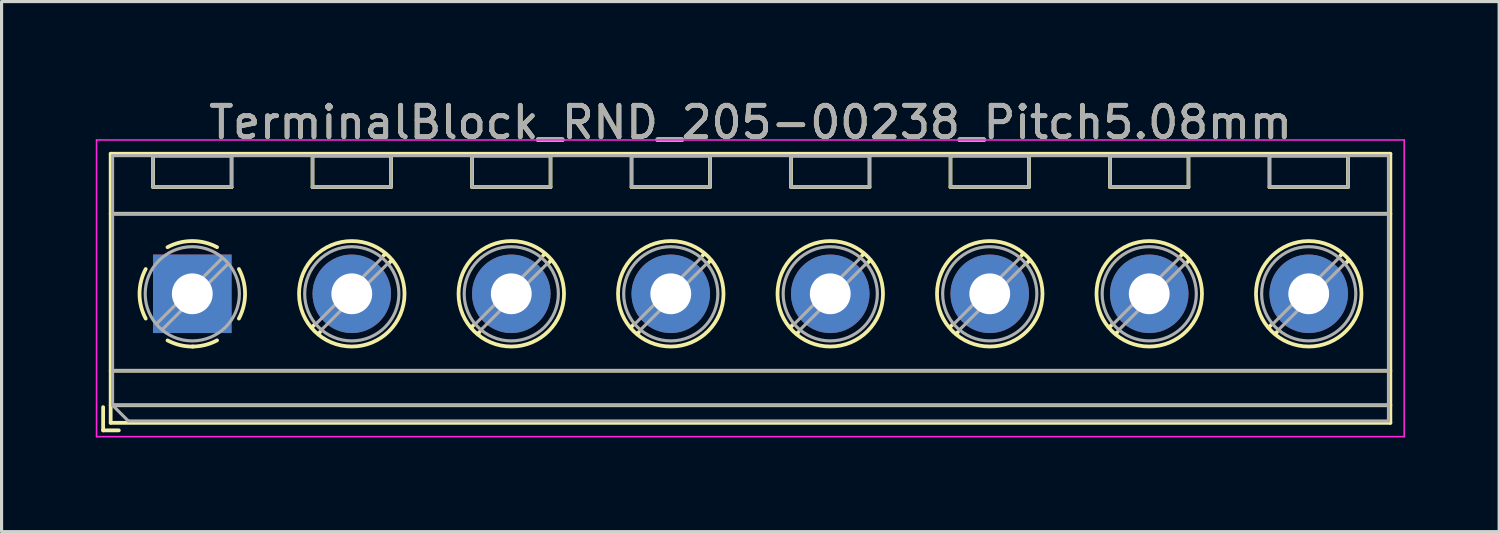
<source format=kicad_pcb>
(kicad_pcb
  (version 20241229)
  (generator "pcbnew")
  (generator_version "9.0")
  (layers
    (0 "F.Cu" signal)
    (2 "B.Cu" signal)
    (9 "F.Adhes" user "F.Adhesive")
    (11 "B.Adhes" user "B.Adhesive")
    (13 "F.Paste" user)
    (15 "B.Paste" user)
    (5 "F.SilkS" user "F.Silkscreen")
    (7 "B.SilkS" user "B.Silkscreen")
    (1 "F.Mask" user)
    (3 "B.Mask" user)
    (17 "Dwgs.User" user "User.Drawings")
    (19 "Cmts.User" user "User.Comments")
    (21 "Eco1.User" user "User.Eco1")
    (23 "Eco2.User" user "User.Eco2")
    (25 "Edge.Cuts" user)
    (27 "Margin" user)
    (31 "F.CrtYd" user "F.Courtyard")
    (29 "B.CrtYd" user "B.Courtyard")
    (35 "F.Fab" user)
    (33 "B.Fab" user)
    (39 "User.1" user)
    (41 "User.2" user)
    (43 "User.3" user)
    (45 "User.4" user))
  (footprint "TerminalBlock_RND_205-00238_Pitch5.08mm"
    (layer "F.Cu")
    (at 3.075 6.308)
    (property "Reference" "TerminalBlock_RND_205-00238_Pitch5.08mm" (at 17.78 -5.46 0) (layer "F.SilkS") (effects (font (size 1 1) (thickness 0.15))))
    (attr through_hole)
    (fp_line (start -2.84 3.61) (end -2.84 4.35) (stroke (width 0.12) (type solid)) (layer "F.SilkS"))
    (fp_line (start -2.84 4.35) (end -2.34 4.35) (stroke (width 0.12) (type solid)) (layer "F.SilkS"))
    (fp_line (start -2.6 -4.46) (end -2.6 4.11) (stroke (width 0.12) (type solid)) (layer "F.SilkS"))
    (fp_line (start -2.6 -2.55) (end 38.16 -2.55) (stroke (width 0.12) (type solid)) (layer "F.SilkS"))
    (fp_line (start -2.6 2.45) (end 38.16 2.45) (stroke (width 0.12) (type solid)) (layer "F.SilkS"))
    (fp_line (start -2.6 3.55) (end 38.16 3.55) (stroke (width 0.12) (type solid)) (layer "F.SilkS"))
    (fp_line (start -2.6 4.11) (end 38.16 4.11) (stroke (width 0.12) (type solid)) (layer "F.SilkS"))
    (fp_line (start -1.25 -4.4) (end -1.25 -3.4) (stroke (width 0.12) (type solid)) (layer "F.SilkS"))
    (fp_line (start -1.25 -4.4) (end 1.25 -4.4) (stroke (width 0.12) (type solid)) (layer "F.SilkS"))
    (fp_line (start -1.25 -3.4) (end 1.25 -3.4) (stroke (width 0.12) (type solid)) (layer "F.SilkS"))
    (fp_line (start 1.25 -4.4) (end 1.25 -3.4) (stroke (width 0.12) (type solid)) (layer "F.SilkS"))
    (fp_line (start 3.83 -4.4) (end 3.83 -3.4) (stroke (width 0.12) (type solid)) (layer "F.SilkS"))
    (fp_line (start 3.83 -4.4) (end 6.33 -4.4) (stroke (width 0.12) (type solid)) (layer "F.SilkS"))
    (fp_line (start 3.83 -3.4) (end 6.33 -3.4) (stroke (width 0.12) (type solid)) (layer "F.SilkS"))
    (fp_line (start 3.9 0.976) (end 3.806 1.069) (stroke (width 0.12) (type solid)) (layer "F.SilkS"))
    (fp_line (start 4.07 1.216) (end 4.011 1.274) (stroke (width 0.12) (type solid)) (layer "F.SilkS"))
    (fp_line (start 6.15 -1.275) (end 6.091 -1.216) (stroke (width 0.12) (type solid)) (layer "F.SilkS"))
    (fp_line (start 6.33 -4.4) (end 6.33 -3.4) (stroke (width 0.12) (type solid)) (layer "F.SilkS"))
    (fp_line (start 6.355 -1.069) (end 6.261 -0.976) (stroke (width 0.12) (type solid)) (layer "F.SilkS"))
    (fp_line (start 8.91 -4.4) (end 8.91 -3.4) (stroke (width 0.12) (type solid)) (layer "F.SilkS"))
    (fp_line (start 8.91 -4.4) (end 11.41 -4.4) (stroke (width 0.12) (type solid)) (layer "F.SilkS"))
    (fp_line (start 8.91 -3.4) (end 11.41 -3.4) (stroke (width 0.12) (type solid)) (layer "F.SilkS"))
    (fp_line (start 8.98 0.976) (end 8.886 1.069) (stroke (width 0.12) (type solid)) (layer "F.SilkS"))
    (fp_line (start 9.15 1.216) (end 9.091 1.274) (stroke (width 0.12) (type solid)) (layer "F.SilkS"))
    (fp_line (start 11.23 -1.275) (end 11.171 -1.216) (stroke (width 0.12) (type solid)) (layer "F.SilkS"))
    (fp_line (start 11.41 -4.4) (end 11.41 -3.4) (stroke (width 0.12) (type solid)) (layer "F.SilkS"))
    (fp_line (start 11.435 -1.069) (end 11.341 -0.976) (stroke (width 0.12) (type solid)) (layer "F.SilkS"))
    (fp_line (start 13.99 -4.4) (end 13.99 -3.4) (stroke (width 0.12) (type solid)) (layer "F.SilkS"))
    (fp_line (start 13.99 -4.4) (end 16.49 -4.4) (stroke (width 0.12) (type solid)) (layer "F.SilkS"))
    (fp_line (start 13.99 -3.4) (end 16.49 -3.4) (stroke (width 0.12) (type solid)) (layer "F.SilkS"))
    (fp_line (start 14.06 0.976) (end 13.966 1.069) (stroke (width 0.12) (type solid)) (layer "F.SilkS"))
    (fp_line (start 14.23 1.216) (end 14.171 1.274) (stroke (width 0.12) (type solid)) (layer "F.SilkS"))
    (fp_line (start 16.31 -1.275) (end 16.251 -1.216) (stroke (width 0.12) (type solid)) (layer "F.SilkS"))
    (fp_line (start 16.49 -4.4) (end 16.49 -3.4) (stroke (width 0.12) (type solid)) (layer "F.SilkS"))
    (fp_line (start 16.515 -1.069) (end 16.421 -0.976) (stroke (width 0.12) (type solid)) (layer "F.SilkS"))
    (fp_line (start 19.07 -4.4) (end 19.07 -3.4) (stroke (width 0.12) (type solid)) (layer "F.SilkS"))
    (fp_line (start 19.07 -4.4) (end 21.57 -4.4) (stroke (width 0.12) (type solid)) (layer "F.SilkS"))
    (fp_line (start 19.07 -3.4) (end 21.57 -3.4) (stroke (width 0.12) (type solid)) (layer "F.SilkS"))
    (fp_line (start 19.14 0.976) (end 19.046 1.069) (stroke (width 0.12) (type solid)) (layer "F.SilkS"))
    (fp_line (start 19.31 1.216) (end 19.251 1.274) (stroke (width 0.12) (type solid)) (layer "F.SilkS"))
    (fp_line (start 21.39 -1.275) (end 21.331 -1.216) (stroke (width 0.12) (type solid)) (layer "F.SilkS"))
    (fp_line (start 21.57 -4.4) (end 21.57 -3.4) (stroke (width 0.12) (type solid)) (layer "F.SilkS"))
    (fp_line (start 21.595 -1.069) (end 21.501 -0.976) (stroke (width 0.12) (type solid)) (layer "F.SilkS"))
    (fp_line (start 24.15 -4.4) (end 24.15 -3.4) (stroke (width 0.12) (type solid)) (layer "F.SilkS"))
    (fp_line (start 24.15 -4.4) (end 26.65 -4.4) (stroke (width 0.12) (type solid)) (layer "F.SilkS"))
    (fp_line (start 24.15 -3.4) (end 26.65 -3.4) (stroke (width 0.12) (type solid)) (layer "F.SilkS"))
    (fp_line (start 24.22 0.976) (end 24.126 1.069) (stroke (width 0.12) (type solid)) (layer "F.SilkS"))
    (fp_line (start 24.39 1.216) (end 24.331 1.274) (stroke (width 0.12) (type solid)) (layer "F.SilkS"))
    (fp_line (start 26.47 -1.275) (end 26.411 -1.216) (stroke (width 0.12) (type solid)) (layer "F.SilkS"))
    (fp_line (start 26.65 -4.4) (end 26.65 -3.4) (stroke (width 0.12) (type solid)) (layer "F.SilkS"))
    (fp_line (start 26.675 -1.069) (end 26.581 -0.976) (stroke (width 0.12) (type solid)) (layer "F.SilkS"))
    (fp_line (start 29.23 -4.4) (end 29.23 -3.4) (stroke (width 0.12) (type solid)) (layer "F.SilkS"))
    (fp_line (start 29.23 -4.4) (end 31.73 -4.4) (stroke (width 0.12) (type solid)) (layer "F.SilkS"))
    (fp_line (start 29.23 -3.4) (end 31.73 -3.4) (stroke (width 0.12) (type solid)) (layer "F.SilkS"))
    (fp_line (start 29.3 0.976) (end 29.206 1.069) (stroke (width 0.12) (type solid)) (layer "F.SilkS"))
    (fp_line (start 29.47 1.216) (end 29.411 1.274) (stroke (width 0.12) (type solid)) (layer "F.SilkS"))
    (fp_line (start 31.55 -1.275) (end 31.491 -1.216) (stroke (width 0.12) (type solid)) (layer "F.SilkS"))
    (fp_line (start 31.73 -4.4) (end 31.73 -3.4) (stroke (width 0.12) (type solid)) (layer "F.SilkS"))
    (fp_line (start 31.755 -1.069) (end 31.661 -0.976) (stroke (width 0.12) (type solid)) (layer "F.SilkS"))
    (fp_line (start 34.31 -4.4) (end 34.31 -3.4) (stroke (width 0.12) (type solid)) (layer "F.SilkS"))
    (fp_line (start 34.31 -4.4) (end 36.81 -4.4) (stroke (width 0.12) (type solid)) (layer "F.SilkS"))
    (fp_line (start 34.31 -3.4) (end 36.81 -3.4) (stroke (width 0.12) (type solid)) (layer "F.SilkS"))
    (fp_line (start 34.38 0.976) (end 34.286 1.069) (stroke (width 0.12) (type solid)) (layer "F.SilkS"))
    (fp_line (start 34.55 1.216) (end 34.491 1.274) (stroke (width 0.12) (type solid)) (layer "F.SilkS"))
    (fp_line (start 36.63 -1.275) (end 36.571 -1.216) (stroke (width 0.12) (type solid)) (layer "F.SilkS"))
    (fp_line (start 36.81 -4.4) (end 36.81 -3.4) (stroke (width 0.12) (type solid)) (layer "F.SilkS"))
    (fp_line (start 36.835 -1.069) (end 36.741 -0.976) (stroke (width 0.12) (type solid)) (layer "F.SilkS"))
    (fp_line (start 38.16 -4.46) (end -2.6 -4.46) (stroke (width 0.12) (type solid)) (layer "F.SilkS"))
    (fp_line (start 38.16 4.11) (end 38.16 -4.46) (stroke (width 0.12) (type solid)) (layer "F.SilkS"))
    (fp_arc (start -1.483953 0.789089) (mid -1.680708 0.00005) (end -1.484 -0.789) (stroke (width 0.12) (type solid)) (layer "F.SilkS"))
    (fp_arc (start -0.789089 -1.483953) (mid -0.00005 -1.680708) (end 0.789 -1.484) (stroke (width 0.12) (type solid)) (layer "F.SilkS"))
    (fp_arc (start 0.029383 1.68045) (mid -0.392304 1.634281) (end -0.789 1.484) (stroke (width 0.12) (type solid)) (layer "F.SilkS"))
    (fp_arc (start 0.788712 1.483352) (mid 0.406429 1.630097) (end 0 1.68) (stroke (width 0.12) (type solid)) (layer "F.SilkS"))
    (fp_arc (start 1.483953 -0.789089) (mid 1.680708 -0.00005) (end 1.484 0.789) (stroke (width 0.12) (type solid)) (layer "F.SilkS"))
    (fp_circle (center 5.08 0) (end 6.76 0) (stroke (width 0.12) (type solid)) (fill no) (layer "F.SilkS"))
    (fp_circle (center 10.16 0) (end 11.84 0) (stroke (width 0.12) (type solid)) (fill no) (layer "F.SilkS"))
    (fp_circle (center 15.24 0) (end 16.92 0) (stroke (width 0.12) (type solid)) (fill no) (layer "F.SilkS"))
    (fp_circle (center 20.32 0) (end 22 0) (stroke (width 0.12) (type solid)) (fill no) (layer "F.SilkS"))
    (fp_circle (center 25.4 0) (end 27.08 0) (stroke (width 0.12) (type solid)) (fill no) (layer "F.SilkS"))
    (fp_circle (center 30.48 0) (end 32.16 0) (stroke (width 0.12) (type solid)) (fill no) (layer "F.SilkS"))
    (fp_circle (center 35.56 0) (end 37.24 0) (stroke (width 0.12) (type solid)) (fill no) (layer "F.SilkS"))
    (fp_line (start -3.05 -4.9) (end -3.05 4.55) (stroke (width 0.05) (type solid)) (layer "F.CrtYd"))
    (fp_line (start -3.05 4.55) (end 38.6 4.55) (stroke (width 0.05) (type solid)) (layer "F.CrtYd"))
    (fp_line (start 38.6 -4.9) (end -3.05 -4.9) (stroke (width 0.05) (type solid)) (layer "F.CrtYd"))
    (fp_line (start 38.6 4.55) (end 38.6 -4.9) (stroke (width 0.05) (type solid)) (layer "F.CrtYd"))
    (fp_line (start -2.54 -4.4) (end 38.1 -4.4) (stroke (width 0.1) (type solid)) (layer "F.Fab"))
    (fp_line (start -2.54 -2.55) (end 38.1 -2.55) (stroke (width 0.1) (type solid)) (layer "F.Fab"))
    (fp_line (start -2.54 2.45) (end 38.1 2.45) (stroke (width 0.1) (type solid)) (layer "F.Fab"))
    (fp_line (start -2.54 3.55) (end -2.54 -4.4) (stroke (width 0.1) (type solid)) (layer "F.Fab"))
    (fp_line (start -2.54 3.55) (end 38.1 3.55) (stroke (width 0.1) (type solid)) (layer "F.Fab"))
    (fp_line (start -2.04 4.05) (end -2.54 3.55) (stroke (width 0.1) (type solid)) (layer "F.Fab"))
    (fp_line (start -1.25 -4.4) (end -1.25 -3.4) (stroke (width 0.1) (type solid)) (layer "F.Fab"))
    (fp_line (start -1.25 -3.4) (end 1.25 -3.4) (stroke (width 0.1) (type solid)) (layer "F.Fab"))
    (fp_line (start 0.955 -1.138) (end -1.138 0.955) (stroke (width 0.1) (type solid)) (layer "F.Fab"))
    (fp_line (start 1.138 -0.955) (end -0.955 1.138) (stroke (width 0.1) (type solid)) (layer "F.Fab"))
    (fp_line (start 1.25 -4.4) (end -1.25 -4.4) (stroke (width 0.1) (type solid)) (layer "F.Fab"))
    (fp_line (start 1.25 -3.4) (end 1.25 -4.4) (stroke (width 0.1) (type solid)) (layer "F.Fab"))
    (fp_line (start 3.83 -4.4) (end 3.83 -3.4) (stroke (width 0.1) (type solid)) (layer "F.Fab"))
    (fp_line (start 3.83 -3.4) (end 6.33 -3.4) (stroke (width 0.1) (type solid)) (layer "F.Fab"))
    (fp_line (start 6.035 -1.138) (end 3.943 0.955) (stroke (width 0.1) (type solid)) (layer "F.Fab"))
    (fp_line (start 6.218 -0.955) (end 4.126 1.138) (stroke (width 0.1) (type solid)) (layer "F.Fab"))
    (fp_line (start 6.33 -4.4) (end 3.83 -4.4) (stroke (width 0.1) (type solid)) (layer "F.Fab"))
    (fp_line (start 6.33 -3.4) (end 6.33 -4.4) (stroke (width 0.1) (type solid)) (layer "F.Fab"))
    (fp_line (start 8.91 -4.4) (end 8.91 -3.4) (stroke (width 0.1) (type solid)) (layer "F.Fab"))
    (fp_line (start 8.91 -3.4) (end 11.41 -3.4) (stroke (width 0.1) (type solid)) (layer "F.Fab"))
    (fp_line (start 11.115 -1.138) (end 9.023 0.955) (stroke (width 0.1) (type solid)) (layer "F.Fab"))
    (fp_line (start 11.298 -0.955) (end 9.206 1.138) (stroke (width 0.1) (type solid)) (layer "F.Fab"))
    (fp_line (start 11.41 -4.4) (end 8.91 -4.4) (stroke (width 0.1) (type solid)) (layer "F.Fab"))
    (fp_line (start 11.41 -3.4) (end 11.41 -4.4) (stroke (width 0.1) (type solid)) (layer "F.Fab"))
    (fp_line (start 13.99 -4.4) (end 13.99 -3.4) (stroke (width 0.1) (type solid)) (layer "F.Fab"))
    (fp_line (start 13.99 -3.4) (end 16.49 -3.4) (stroke (width 0.1) (type solid)) (layer "F.Fab"))
    (fp_line (start 16.195 -1.138) (end 14.103 0.955) (stroke (width 0.1) (type solid)) (layer "F.Fab"))
    (fp_line (start 16.378 -0.955) (end 14.286 1.138) (stroke (width 0.1) (type solid)) (layer "F.Fab"))
    (fp_line (start 16.49 -4.4) (end 13.99 -4.4) (stroke (width 0.1) (type solid)) (layer "F.Fab"))
    (fp_line (start 16.49 -3.4) (end 16.49 -4.4) (stroke (width 0.1) (type solid)) (layer "F.Fab"))
    (fp_line (start 19.07 -4.4) (end 19.07 -3.4) (stroke (width 0.1) (type solid)) (layer "F.Fab"))
    (fp_line (start 19.07 -3.4) (end 21.57 -3.4) (stroke (width 0.1) (type solid)) (layer "F.Fab"))
    (fp_line (start 21.275 -1.138) (end 19.183 0.955) (stroke (width 0.1) (type solid)) (layer "F.Fab"))
    (fp_line (start 21.458 -0.955) (end 19.366 1.138) (stroke (width 0.1) (type solid)) (layer "F.Fab"))
    (fp_line (start 21.57 -4.4) (end 19.07 -4.4) (stroke (width 0.1) (type solid)) (layer "F.Fab"))
    (fp_line (start 21.57 -3.4) (end 21.57 -4.4) (stroke (width 0.1) (type solid)) (layer "F.Fab"))
    (fp_line (start 24.15 -4.4) (end 24.15 -3.4) (stroke (width 0.1) (type solid)) (layer "F.Fab"))
    (fp_line (start 24.15 -3.4) (end 26.65 -3.4) (stroke (width 0.1) (type solid)) (layer "F.Fab"))
    (fp_line (start 26.355 -1.138) (end 24.263 0.955) (stroke (width 0.1) (type solid)) (layer "F.Fab"))
    (fp_line (start 26.538 -0.955) (end 24.446 1.138) (stroke (width 0.1) (type solid)) (layer "F.Fab"))
    (fp_line (start 26.65 -4.4) (end 24.15 -4.4) (stroke (width 0.1) (type solid)) (layer "F.Fab"))
    (fp_line (start 26.65 -3.4) (end 26.65 -4.4) (stroke (width 0.1) (type solid)) (layer "F.Fab"))
    (fp_line (start 29.23 -4.4) (end 29.23 -3.4) (stroke (width 0.1) (type solid)) (layer "F.Fab"))
    (fp_line (start 29.23 -3.4) (end 31.73 -3.4) (stroke (width 0.1) (type solid)) (layer "F.Fab"))
    (fp_line (start 31.435 -1.138) (end 29.343 0.955) (stroke (width 0.1) (type solid)) (layer "F.Fab"))
    (fp_line (start 31.618 -0.955) (end 29.526 1.138) (stroke (width 0.1) (type solid)) (layer "F.Fab"))
    (fp_line (start 31.73 -4.4) (end 29.23 -4.4) (stroke (width 0.1) (type solid)) (layer "F.Fab"))
    (fp_line (start 31.73 -3.4) (end 31.73 -4.4) (stroke (width 0.1) (type solid)) (layer "F.Fab"))
    (fp_line (start 34.31 -4.4) (end 34.31 -3.4) (stroke (width 0.1) (type solid)) (layer "F.Fab"))
    (fp_line (start 34.31 -3.4) (end 36.81 -3.4) (stroke (width 0.1) (type solid)) (layer "F.Fab"))
    (fp_line (start 36.515 -1.138) (end 34.423 0.955) (stroke (width 0.1) (type solid)) (layer "F.Fab"))
    (fp_line (start 36.698 -0.955) (end 34.606 1.138) (stroke (width 0.1) (type solid)) (layer "F.Fab"))
    (fp_line (start 36.81 -4.4) (end 34.31 -4.4) (stroke (width 0.1) (type solid)) (layer "F.Fab"))
    (fp_line (start 36.81 -3.4) (end 36.81 -4.4) (stroke (width 0.1) (type solid)) (layer "F.Fab"))
    (fp_line (start 38.1 -4.4) (end 38.1 4.05) (stroke (width 0.1) (type solid)) (layer "F.Fab"))
    (fp_line (start 38.1 4.05) (end -2.04 4.05) (stroke (width 0.1) (type solid)) (layer "F.Fab"))
    (fp_circle (center 0 0) (end 1.5 0) (stroke (width 0.1) (type solid)) (fill no) (layer "F.Fab"))
    (fp_circle (center 5.08 0) (end 6.58 0) (stroke (width 0.1) (type solid)) (fill no) (layer "F.Fab"))
    (fp_circle (center 10.16 0) (end 11.66 0) (stroke (width 0.1) (type solid)) (fill no) (layer "F.Fab"))
    (fp_circle (center 15.24 0) (end 16.74 0) (stroke (width 0.1) (type solid)) (fill no) (layer "F.Fab"))
    (fp_circle (center 20.32 0) (end 21.82 0) (stroke (width 0.1) (type solid)) (fill no) (layer "F.Fab"))
    (fp_circle (center 25.4 0) (end 26.9 0) (stroke (width 0.1) (type solid)) (fill no) (layer "F.Fab"))
    (fp_circle (center 30.48 0) (end 31.98 0) (stroke (width 0.1) (type solid)) (fill no) (layer "F.Fab"))
    (fp_circle (center 35.56 0) (end 37.06 0) (stroke (width 0.1) (type solid)) (fill no) (layer "F.Fab"))
    (fp_text user "${REFERENCE}" (at 17.78 -5.46 0) (layer "F.Fab") (effects (font (size 1 1) (thickness 0.15))))
    (pad "1" thru_hole rect (at 0 0) (size 2.5 2.5) (drill 1.3) (layers "*.Cu" "*.Mask"))
    (pad "2" thru_hole circle (at 5.08 0) (size 2.5 2.5) (drill 1.3) (layers "*.Cu" "*.Mask"))
    (pad "3" thru_hole circle (at 10.16 0) (size 2.5 2.5) (drill 1.3) (layers "*.Cu" "*.Mask"))
    (pad "4" thru_hole circle (at 15.24 0) (size 2.5 2.5) (drill 1.3) (layers "*.Cu" "*.Mask"))
    (pad "5" thru_hole circle (at 20.32 0) (size 2.5 2.5) (drill 1.3) (layers "*.Cu" "*.Mask"))
    (pad "6" thru_hole circle (at 25.4 0) (size 2.5 2.5) (drill 1.3) (layers "*.Cu" "*.Mask"))
    (pad "7" thru_hole circle (at 30.48 0) (size 2.5 2.5) (drill 1.3) (layers "*.Cu" "*.Mask"))
    (pad "8" thru_hole circle (at 35.56 0) (size 2.5 2.5) (drill 1.3) (layers "*.Cu" "*.Mask")))
  (gr_rect
    (start -3 -3)
    (end 44.7 13.883)
    (stroke (width 0.1) (type default))
    (fill no)
    (layer "Edge.Cuts")))
</source>
